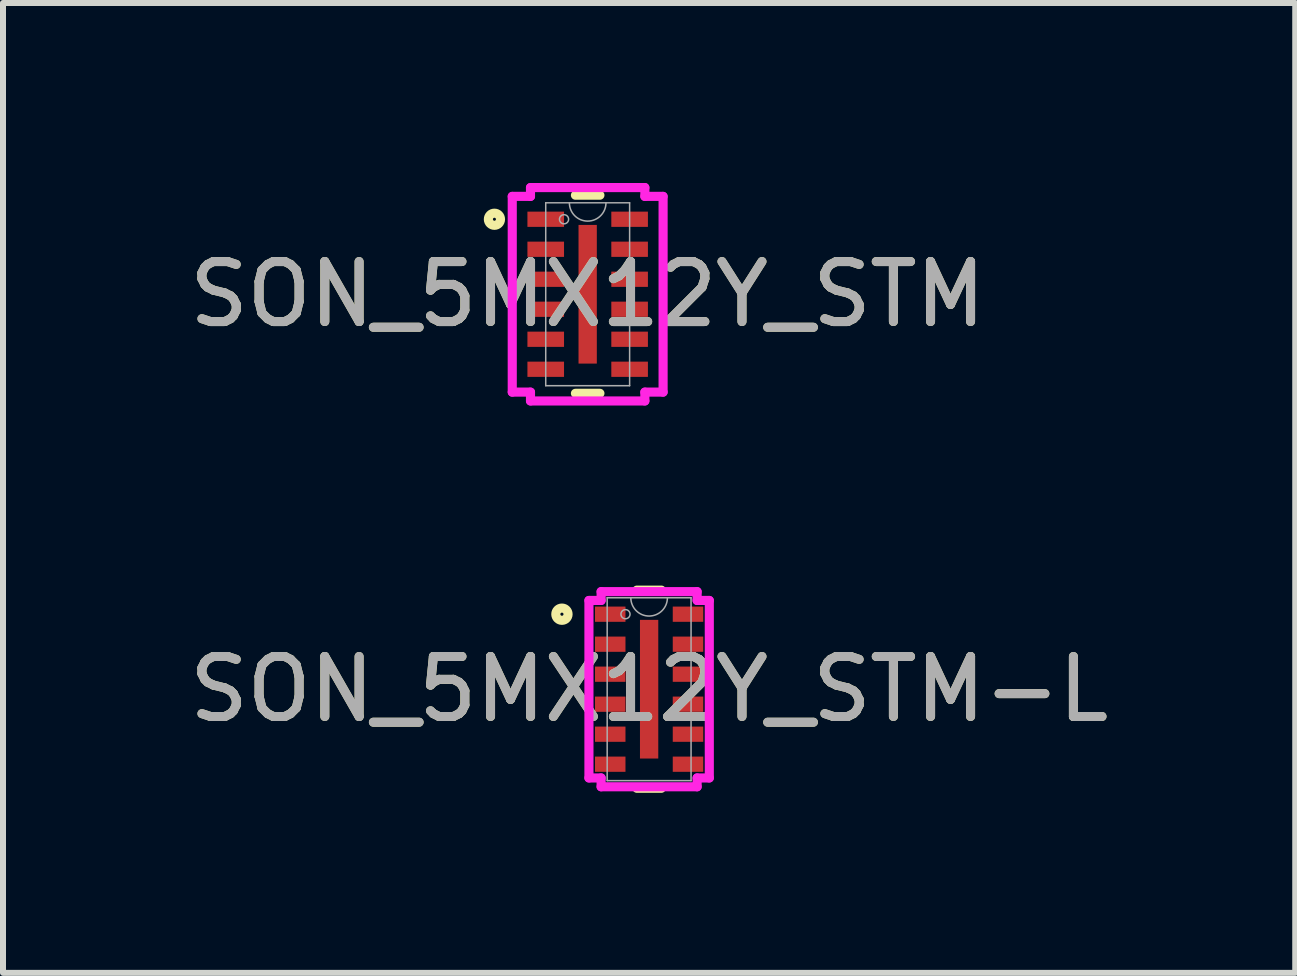
<source format=kicad_pcb>
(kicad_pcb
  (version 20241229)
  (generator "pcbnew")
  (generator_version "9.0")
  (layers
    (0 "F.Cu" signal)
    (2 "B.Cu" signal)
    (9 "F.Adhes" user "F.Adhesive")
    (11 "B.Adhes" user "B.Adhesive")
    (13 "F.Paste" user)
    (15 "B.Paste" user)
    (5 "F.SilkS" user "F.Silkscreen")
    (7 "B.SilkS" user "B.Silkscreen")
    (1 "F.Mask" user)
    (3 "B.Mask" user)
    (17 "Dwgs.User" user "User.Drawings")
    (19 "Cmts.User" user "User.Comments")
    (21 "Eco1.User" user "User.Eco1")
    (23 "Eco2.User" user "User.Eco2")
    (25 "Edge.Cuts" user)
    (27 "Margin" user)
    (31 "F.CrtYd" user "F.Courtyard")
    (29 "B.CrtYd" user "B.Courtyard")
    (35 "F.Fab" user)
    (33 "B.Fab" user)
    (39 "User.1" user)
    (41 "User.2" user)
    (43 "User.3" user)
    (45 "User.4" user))
  (footprint "SON_5MX12Y_STM-L"
    (layer "F.Cu")
    (at 7.768 8.436)
    (property "Reference" "SON_5MX12Y_STM-L" (at 0 0 0) (unlocked yes) (layer "F.SilkS") (effects (font (size 1 1) (thickness 0.15))))
    (attr smd)
    (fp_line (start -0.204 1.651) (end 0.204 1.651) (stroke (width 0.152) (type solid)) (layer "F.SilkS"))
    (fp_line (start 0.204 -1.651) (end -0.204 -1.651) (stroke (width 0.152) (type solid)) (layer "F.SilkS"))
    (fp_circle (center -1.453 -1.25) (end -1.351 -1.25) (stroke (width 0.152) (type solid)) (fill no) (layer "F.SilkS"))
    (fp_line (start -1.003 -1.479) (end -0.8 -1.479) (stroke (width 0.152) (type solid)) (layer "F.CrtYd"))
    (fp_line (start -1.003 1.479) (end -1.003 -1.479) (stroke (width 0.152) (type solid)) (layer "F.CrtYd"))
    (fp_line (start -1.003 1.479) (end -0.8 1.479) (stroke (width 0.152) (type solid)) (layer "F.CrtYd"))
    (fp_line (start -0.8 -1.626) (end 0.8 -1.626) (stroke (width 0.152) (type solid)) (layer "F.CrtYd"))
    (fp_line (start -0.8 -1.479) (end -0.8 -1.626) (stroke (width 0.152) (type solid)) (layer "F.CrtYd"))
    (fp_line (start -0.8 1.626) (end -0.8 1.479) (stroke (width 0.152) (type solid)) (layer "F.CrtYd"))
    (fp_line (start 0.8 -1.626) (end 0.8 -1.479) (stroke (width 0.152) (type solid)) (layer "F.CrtYd"))
    (fp_line (start 0.8 1.479) (end 0.8 1.626) (stroke (width 0.152) (type solid)) (layer "F.CrtYd"))
    (fp_line (start 0.8 1.626) (end -0.8 1.626) (stroke (width 0.152) (type solid)) (layer "F.CrtYd"))
    (fp_line (start 1.003 -1.479) (end 0.8 -1.479) (stroke (width 0.152) (type solid)) (layer "F.CrtYd"))
    (fp_line (start 1.003 -1.479) (end 1.003 1.479) (stroke (width 0.152) (type solid)) (layer "F.CrtYd"))
    (fp_line (start 1.003 1.479) (end 0.8 1.479) (stroke (width 0.152) (type solid)) (layer "F.CrtYd"))
    (fp_line (start -0.699 -1.524) (end -0.699 1.524) (stroke (width 0.025) (type solid)) (layer "F.Fab"))
    (fp_line (start -0.699 1.524) (end 0.699 1.524) (stroke (width 0.025) (type solid)) (layer "F.Fab"))
    (fp_line (start 0.699 -1.524) (end -0.699 -1.524) (stroke (width 0.025) (type solid)) (layer "F.Fab"))
    (fp_line (start 0.699 1.524) (end 0.699 -1.524) (stroke (width 0.025) (type solid)) (layer "F.Fab"))
    (fp_arc (start 0.3048 -1.524) (mid 0 -1.2192) (end -0.3048 -1.524) (stroke (width 0.0254) (type solid)) (layer "F.Fab"))
    (fp_circle (center -0.394 -1.25) (end -0.318 -1.25) (stroke (width 0.025) (type solid)) (fill no) (layer "F.Fab"))
    (fp_text user "${REFERENCE}" (at 0 0 0) (unlocked yes) (layer "F.Fab") (effects (font (size 1 1) (thickness 0.15))))
    (pad "1" smd rect (at -0.648 -1.25) (size 0.508 0.254) (layers "F.Cu" "F.Mask" "F.Paste"))
    (pad "2" smd rect (at -0.648 -0.75) (size 0.508 0.254) (layers "F.Cu" "F.Mask" "F.Paste"))
    (pad "3" smd rect (at -0.648 -0.25) (size 0.508 0.254) (layers "F.Cu" "F.Mask" "F.Paste"))
    (pad "4" smd rect (at -0.648 0.25) (size 0.508 0.254) (layers "F.Cu" "F.Mask" "F.Paste"))
    (pad "5" smd rect (at -0.648 0.75) (size 0.508 0.254) (layers "F.Cu" "F.Mask" "F.Paste"))
    (pad "6" smd rect (at -0.648 1.25) (size 0.508 0.254) (layers "F.Cu" "F.Mask" "F.Paste"))
    (pad "7" smd rect (at 0.648 1.25) (size 0.508 0.254) (layers "F.Cu" "F.Mask" "F.Paste"))
    (pad "8" smd rect (at 0.648 0.75) (size 0.508 0.254) (layers "F.Cu" "F.Mask" "F.Paste"))
    (pad "9" smd rect (at 0.648 0.25) (size 0.508 0.254) (layers "F.Cu" "F.Mask" "F.Paste"))
    (pad "10" smd rect (at 0.648 -0.25) (size 0.508 0.254) (layers "F.Cu" "F.Mask" "F.Paste"))
    (pad "11" smd rect (at 0.648 -0.75) (size 0.508 0.254) (layers "F.Cu" "F.Mask" "F.Paste"))
    (pad "12" smd rect (at 0.648 -1.25) (size 0.508 0.254) (layers "F.Cu" "F.Mask" "F.Paste"))
    (pad "13" smd rect (at 0 0) (size 0.305 2.311) (layers "F.Cu" "F.Mask" "F.Paste")))
  (footprint "SON_5MX12Y_STM"
    (layer "F.Cu")
    (at 6.744 1.854)
    (property "Reference" "SON_5MX12Y_STM" (at 0 0 0) (unlocked yes) (layer "F.SilkS") (effects (font (size 1 1) (thickness 0.15))))
    (attr smd)
    (fp_line (start -0.204 1.651) (end 0.204 1.651) (stroke (width 0.152) (type solid)) (layer "F.SilkS"))
    (fp_line (start 0.204 -1.651) (end -0.204 -1.651) (stroke (width 0.152) (type solid)) (layer "F.SilkS"))
    (fp_circle (center -1.554 -1.25) (end -1.453 -1.25) (stroke (width 0.152) (type solid)) (fill no) (layer "F.SilkS"))
    (fp_line (start -1.257 -1.631) (end -0.953 -1.631) (stroke (width 0.152) (type solid)) (layer "F.CrtYd"))
    (fp_line (start -1.257 1.631) (end -1.257 -1.631) (stroke (width 0.152) (type solid)) (layer "F.CrtYd"))
    (fp_line (start -1.257 1.631) (end -0.953 1.631) (stroke (width 0.152) (type solid)) (layer "F.CrtYd"))
    (fp_line (start -0.953 -1.778) (end 0.953 -1.778) (stroke (width 0.152) (type solid)) (layer "F.CrtYd"))
    (fp_line (start -0.953 -1.631) (end -0.953 -1.778) (stroke (width 0.152) (type solid)) (layer "F.CrtYd"))
    (fp_line (start -0.953 1.778) (end -0.953 1.631) (stroke (width 0.152) (type solid)) (layer "F.CrtYd"))
    (fp_line (start 0.953 -1.778) (end 0.953 -1.631) (stroke (width 0.152) (type solid)) (layer "F.CrtYd"))
    (fp_line (start 0.953 1.631) (end 0.953 1.778) (stroke (width 0.152) (type solid)) (layer "F.CrtYd"))
    (fp_line (start 0.953 1.778) (end -0.953 1.778) (stroke (width 0.152) (type solid)) (layer "F.CrtYd"))
    (fp_line (start 1.257 -1.631) (end 0.953 -1.631) (stroke (width 0.152) (type solid)) (layer "F.CrtYd"))
    (fp_line (start 1.257 -1.631) (end 1.257 1.631) (stroke (width 0.152) (type solid)) (layer "F.CrtYd"))
    (fp_line (start 1.257 1.631) (end 0.953 1.631) (stroke (width 0.152) (type solid)) (layer "F.CrtYd"))
    (fp_line (start -0.699 -1.524) (end -0.699 1.524) (stroke (width 0.025) (type solid)) (layer "F.Fab"))
    (fp_line (start -0.699 1.524) (end 0.699 1.524) (stroke (width 0.025) (type solid)) (layer "F.Fab"))
    (fp_line (start 0.699 -1.524) (end -0.699 -1.524) (stroke (width 0.025) (type solid)) (layer "F.Fab"))
    (fp_line (start 0.699 1.524) (end 0.699 -1.524) (stroke (width 0.025) (type solid)) (layer "F.Fab"))
    (fp_arc (start 0.3048 -1.524) (mid 0 -1.2192) (end -0.3048 -1.524) (stroke (width 0.0254) (type solid)) (layer "F.Fab"))
    (fp_circle (center -0.394 -1.25) (end -0.318 -1.25) (stroke (width 0.025) (type solid)) (fill no) (layer "F.Fab"))
    (fp_text user "${REFERENCE}" (at 0 0 0) (unlocked yes) (layer "F.Fab") (effects (font (size 1 1) (thickness 0.15))))
    (pad "1" smd rect (at -0.699 -1.25) (size 0.61 0.254) (layers "F.Cu" "F.Mask" "F.Paste"))
    (pad "2" smd rect (at -0.699 -0.75) (size 0.61 0.254) (layers "F.Cu" "F.Mask" "F.Paste"))
    (pad "3" smd rect (at -0.699 -0.25) (size 0.61 0.254) (layers "F.Cu" "F.Mask" "F.Paste"))
    (pad "4" smd rect (at -0.699 0.25) (size 0.61 0.254) (layers "F.Cu" "F.Mask" "F.Paste"))
    (pad "5" smd rect (at -0.699 0.75) (size 0.61 0.254) (layers "F.Cu" "F.Mask" "F.Paste"))
    (pad "6" smd rect (at -0.699 1.25) (size 0.61 0.254) (layers "F.Cu" "F.Mask" "F.Paste"))
    (pad "7" smd rect (at 0.699 1.25) (size 0.61 0.254) (layers "F.Cu" "F.Mask" "F.Paste"))
    (pad "8" smd rect (at 0.699 0.75) (size 0.61 0.254) (layers "F.Cu" "F.Mask" "F.Paste"))
    (pad "9" smd rect (at 0.699 0.25) (size 0.61 0.254) (layers "F.Cu" "F.Mask" "F.Paste"))
    (pad "10" smd rect (at 0.699 -0.25) (size 0.61 0.254) (layers "F.Cu" "F.Mask" "F.Paste"))
    (pad "11" smd rect (at 0.699 -0.75) (size 0.61 0.254) (layers "F.Cu" "F.Mask" "F.Paste"))
    (pad "12" smd rect (at 0.699 -1.25) (size 0.61 0.254) (layers "F.Cu" "F.Mask" "F.Paste"))
    (pad "13" smd rect (at 0 0) (size 0.305 2.311) (layers "F.Cu" "F.Mask" "F.Paste")))
  (gr_rect
    (start -3 -3)
    (end 18.536 13.163)
    (stroke (width 0.1) (type default))
    (fill no)
    (layer "Edge.Cuts")))
</source>
